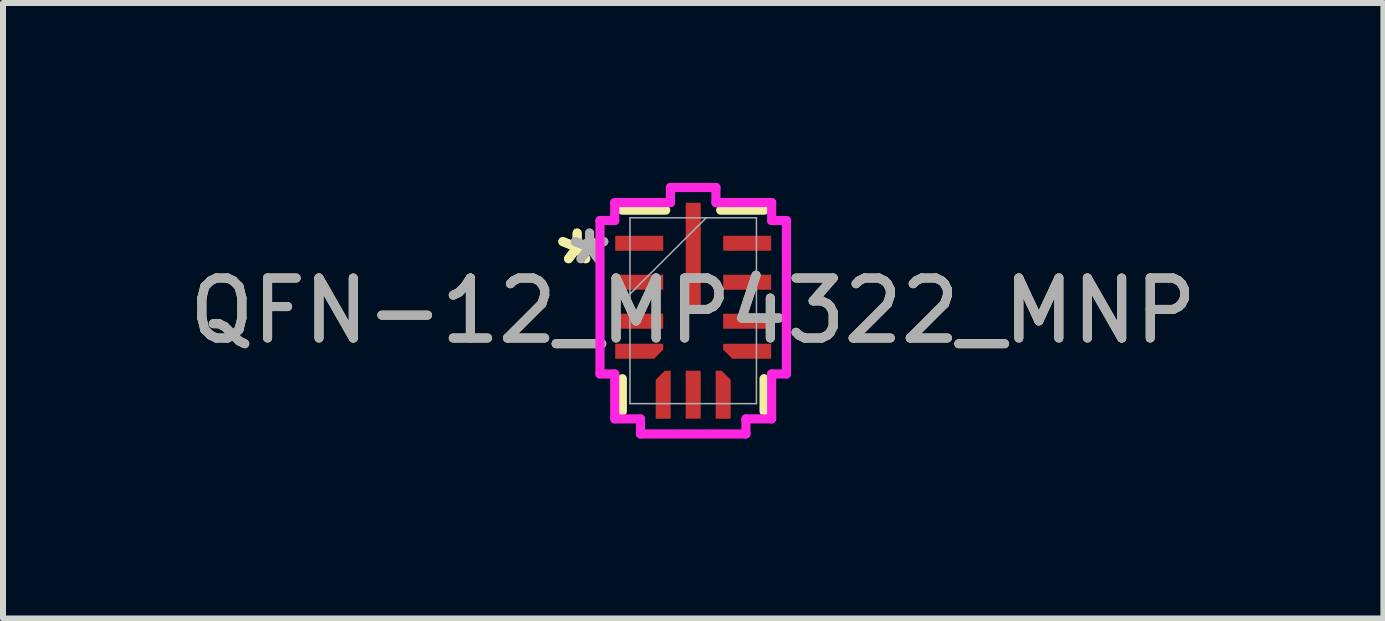
<source format=kicad_pcb>
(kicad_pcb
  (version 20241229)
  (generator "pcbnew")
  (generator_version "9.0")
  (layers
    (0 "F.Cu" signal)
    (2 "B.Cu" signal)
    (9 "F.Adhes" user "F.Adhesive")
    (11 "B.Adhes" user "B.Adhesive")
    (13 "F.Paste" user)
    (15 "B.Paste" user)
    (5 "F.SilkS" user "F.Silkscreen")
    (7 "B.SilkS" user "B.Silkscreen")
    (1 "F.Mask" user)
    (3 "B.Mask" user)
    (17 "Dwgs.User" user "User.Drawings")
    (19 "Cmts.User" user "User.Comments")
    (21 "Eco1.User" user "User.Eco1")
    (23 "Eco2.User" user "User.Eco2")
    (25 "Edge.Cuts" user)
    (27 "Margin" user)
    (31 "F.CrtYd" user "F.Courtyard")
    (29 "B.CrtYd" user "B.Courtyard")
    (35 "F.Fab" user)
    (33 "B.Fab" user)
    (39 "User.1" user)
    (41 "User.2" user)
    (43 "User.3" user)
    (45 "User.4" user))
  (footprint "QFN-12_MP4322_MNP"
    (layer "F.Cu")
    (at 8.506 2.13)
    (property "Reference" "QFN-12_MP4322_MNP" (at 0 0 0) (unlocked yes) (layer "F.SilkS") (effects (font (size 1 1) (thickness 0.15))))
    (attr smd)
    (fp_poly (pts (xy -1.3 0.8) (xy -1.3 0.55) (xy -0.5 0.55) (xy -0.5 0.65) (xy -0.65 0.8)) (stroke (width 0) (type solid)) (fill yes) (layer "F.Cu"))
    (fp_poly (pts (xy -0.625 1.8) (xy -0.375 1.8) (xy -0.375 1) (xy -0.475 1) (xy -0.625 1.15)) (stroke (width 0) (type solid)) (fill yes) (layer "F.Cu"))
    (fp_poly (pts (xy 0.625 1.8) (xy 0.375 1.8) (xy 0.375 1) (xy 0.475 1) (xy 0.625 1.15)) (stroke (width 0) (type solid)) (fill yes) (layer "F.Cu"))
    (fp_poly (pts (xy 1.3 0.8) (xy 1.3 0.55) (xy 0.5 0.55) (xy 0.5 0.65) (xy 0.65 0.8)) (stroke (width 0) (type solid)) (fill yes) (layer "F.Cu"))
    (fp_poly (pts (xy -1.3 0.8) (xy -1.3 0.55) (xy -0.5 0.55) (xy -0.5 0.65) (xy -0.65 0.8)) (stroke (width 0) (type solid)) (fill yes) (layer "F.Mask"))
    (fp_poly (pts (xy -0.625 1.8) (xy -0.375 1.8) (xy -0.375 1) (xy -0.475 1) (xy -0.625 1.15)) (stroke (width 0) (type solid)) (fill yes) (layer "F.Mask"))
    (fp_poly (pts (xy 0.625 1.8) (xy 0.375 1.8) (xy 0.375 1) (xy 0.475 1) (xy 0.625 1.15)) (stroke (width 0) (type solid)) (fill yes) (layer "F.Mask"))
    (fp_poly (pts (xy 1.3 0.8) (xy 1.3 0.55) (xy 0.5 0.55) (xy 0.5 0.65) (xy 0.65 0.8)) (stroke (width 0) (type solid)) (fill yes) (layer "F.Mask"))
    (fp_line (start -1.181 1.133) (end -1.181 1.676) (stroke (width 0.152) (type solid)) (layer "F.SilkS"))
    (fp_line (start -0.458 -1.676) (end -1.181 -1.676) (stroke (width 0.152) (type solid)) (layer "F.SilkS"))
    (fp_line (start 1.181 -1.676) (end 0.458 -1.676) (stroke (width 0.152) (type solid)) (layer "F.SilkS"))
    (fp_line (start 1.181 1.676) (end 1.181 1.133) (stroke (width 0.152) (type solid)) (layer "F.SilkS"))
    (fp_poly (pts (xy -1.3 0.8) (xy -1.3 0.55) (xy -0.5 0.55) (xy -0.5 0.65) (xy -0.65 0.8)) (stroke (width 0) (type solid)) (fill yes) (layer "F.Paste"))
    (fp_poly (pts (xy -0.625 1.8) (xy -0.375 1.8) (xy -0.375 1) (xy -0.475 1) (xy -0.625 1.15)) (stroke (width 0) (type solid)) (fill yes) (layer "F.Paste"))
    (fp_poly (pts (xy 0.625 1.8) (xy 0.375 1.8) (xy 0.375 1) (xy 0.475 1) (xy 0.625 1.15)) (stroke (width 0) (type solid)) (fill yes) (layer "F.Paste"))
    (fp_poly (pts (xy 1.3 0.8) (xy 1.3 0.55) (xy 0.5 0.55) (xy 0.5 0.65) (xy 0.65 0.8)) (stroke (width 0) (type solid)) (fill yes) (layer "F.Paste"))
    (fp_line (start -1.554 -1.504) (end -1.554 1.054) (stroke (width 0.152) (type solid)) (layer "F.CrtYd"))
    (fp_line (start -1.554 1.054) (end -1.308 1.054) (stroke (width 0.152) (type solid)) (layer "F.CrtYd"))
    (fp_line (start -1.308 -1.803) (end -1.308 -1.504) (stroke (width 0.152) (type solid)) (layer "F.CrtYd"))
    (fp_line (start -1.308 -1.504) (end -1.554 -1.504) (stroke (width 0.152) (type solid)) (layer "F.CrtYd"))
    (fp_line (start -1.308 1.054) (end -1.308 1.803) (stroke (width 0.152) (type solid)) (layer "F.CrtYd"))
    (fp_line (start -1.308 1.803) (end -0.879 1.803) (stroke (width 0.152) (type solid)) (layer "F.CrtYd"))
    (fp_line (start -0.879 1.803) (end -0.879 2.054) (stroke (width 0.152) (type solid)) (layer "F.CrtYd"))
    (fp_line (start -0.879 2.054) (end 0.879 2.054) (stroke (width 0.152) (type solid)) (layer "F.CrtYd"))
    (fp_line (start -0.379 -2.054) (end -0.379 -1.803) (stroke (width 0.152) (type solid)) (layer "F.CrtYd"))
    (fp_line (start -0.379 -1.803) (end -1.308 -1.803) (stroke (width 0.152) (type solid)) (layer "F.CrtYd"))
    (fp_line (start 0.379 -2.054) (end -0.379 -2.054) (stroke (width 0.152) (type solid)) (layer "F.CrtYd"))
    (fp_line (start 0.379 -1.803) (end 0.379 -2.054) (stroke (width 0.152) (type solid)) (layer "F.CrtYd"))
    (fp_line (start 0.879 1.803) (end 1.308 1.803) (stroke (width 0.152) (type solid)) (layer "F.CrtYd"))
    (fp_line (start 0.879 2.054) (end 0.879 1.803) (stroke (width 0.152) (type solid)) (layer "F.CrtYd"))
    (fp_line (start 1.308 -1.803) (end 0.379 -1.803) (stroke (width 0.152) (type solid)) (layer "F.CrtYd"))
    (fp_line (start 1.308 -1.504) (end 1.308 -1.803) (stroke (width 0.152) (type solid)) (layer "F.CrtYd"))
    (fp_line (start 1.308 1.054) (end 1.554 1.054) (stroke (width 0.152) (type solid)) (layer "F.CrtYd"))
    (fp_line (start 1.308 1.803) (end 1.308 1.054) (stroke (width 0.152) (type solid)) (layer "F.CrtYd"))
    (fp_line (start 1.554 -1.504) (end 1.308 -1.504) (stroke (width 0.152) (type solid)) (layer "F.CrtYd"))
    (fp_line (start 1.554 1.054) (end 1.554 -1.504) (stroke (width 0.152) (type solid)) (layer "F.CrtYd"))
    (fp_line (start -1.054 -1.549) (end -1.054 1.549) (stroke (width 0.025) (type solid)) (layer "F.Fab"))
    (fp_line (start -1.054 -0.279) (end 0.216 -1.549) (stroke (width 0.025) (type solid)) (layer "F.Fab"))
    (fp_line (start -1.054 1.549) (end 1.054 1.549) (stroke (width 0.025) (type solid)) (layer "F.Fab"))
    (fp_line (start 1.054 -1.549) (end -1.054 -1.549) (stroke (width 0.025) (type solid)) (layer "F.Fab"))
    (fp_line (start 1.054 1.549) (end 1.054 -1.549) (stroke (width 0.025) (type solid)) (layer "F.Fab"))
    (fp_text user "*" (at -1.935 -0.75 0) (layer "F.SilkS") (effects (font (size 1 1) (thickness 0.15))))
    (fp_text user "*" (at -1.935 -0.75 0) (unlocked yes) (layer "F.SilkS") (effects (font (size 1 1) (thickness 0.15))))
    (fp_text user "*" (at -1.728 -0.75 0) (unlocked yes) (layer "F.Fab") (effects (font (size 1 1) (thickness 0.15))))
    (fp_text user "${REFERENCE}" (at 0 0 0) (unlocked yes) (layer "F.Fab") (effects (font (size 1 1) (thickness 0.15))))
    (fp_text user "*" (at -1.728 -0.75 0) (layer "F.Fab") (effects (font (size 1 1) (thickness 0.15))))
    (pad "1" smd rect (at -0.9 -1.125) (size 0.8 0.25) (layers "F.Cu" "F.Mask" "F.Paste"))
    (pad "2" smd rect (at -0.9 -0.475) (size 0.8 0.25) (layers "F.Cu" "F.Mask" "F.Paste"))
    (pad "3" smd rect (at -0.9 0.175) (size 0.8 0.25) (layers "F.Cu" "F.Mask" "F.Paste"))
    (pad "4" smd rect (at -0.9 0.675) (size 0.127 0.127) (layers "F.Cu" "F.Mask" "F.Paste"))
    (pad "5" smd rect (at -0.5 1.4 90) (size 0.127 0.127) (layers "F.Cu" "F.Mask" "F.Paste"))
    (pad "6" smd rect (at 0 1.4 90) (size 0.8 0.25) (layers "F.Cu" "F.Mask" "F.Paste"))
    (pad "7" smd rect (at 0.5 1.4 90) (size 0.127 0.127) (layers "F.Cu" "F.Mask" "F.Paste"))
    (pad "8" smd rect (at 0.9 0.675) (size 0.127 0.127) (layers "F.Cu" "F.Mask" "F.Paste"))
    (pad "9" smd rect (at 0.9 0.175) (size 0.8 0.25) (layers "F.Cu" "F.Mask" "F.Paste"))
    (pad "10" smd rect (at 0.9 -0.475) (size 0.8 0.25) (layers "F.Cu" "F.Mask" "F.Paste"))
    (pad "11" smd rect (at 0.9 -1.125) (size 0.8 0.25) (layers "F.Cu" "F.Mask" "F.Paste"))
    (pad "12" smd rect (at 0 -0.9) (size 0.25 1.8) (layers "F.Cu" "F.Mask" "F.Paste")))
  (gr_rect
    (start -3 -3)
    (end 20.012 7.26)
    (stroke (width 0.1) (type default))
    (fill no)
    (layer "Edge.Cuts")))
</source>
